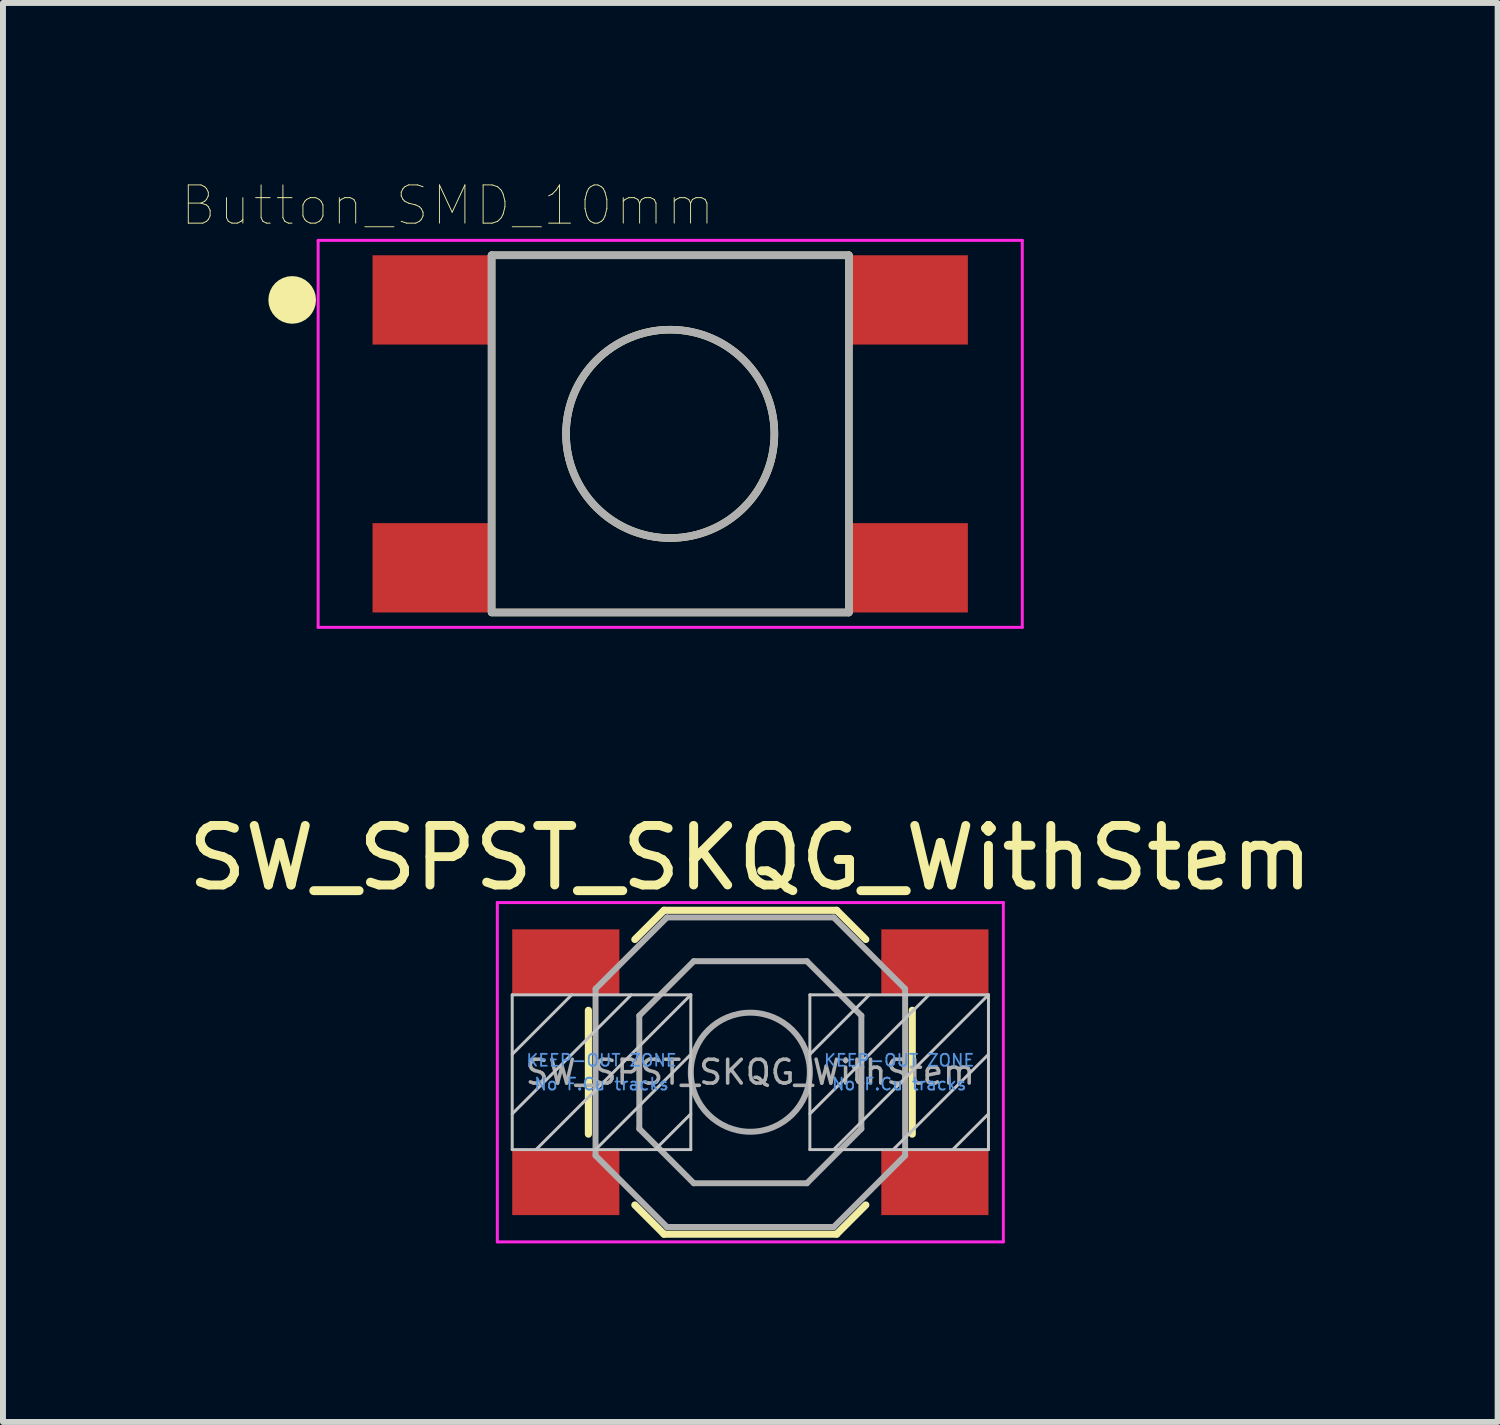
<source format=kicad_pcb>
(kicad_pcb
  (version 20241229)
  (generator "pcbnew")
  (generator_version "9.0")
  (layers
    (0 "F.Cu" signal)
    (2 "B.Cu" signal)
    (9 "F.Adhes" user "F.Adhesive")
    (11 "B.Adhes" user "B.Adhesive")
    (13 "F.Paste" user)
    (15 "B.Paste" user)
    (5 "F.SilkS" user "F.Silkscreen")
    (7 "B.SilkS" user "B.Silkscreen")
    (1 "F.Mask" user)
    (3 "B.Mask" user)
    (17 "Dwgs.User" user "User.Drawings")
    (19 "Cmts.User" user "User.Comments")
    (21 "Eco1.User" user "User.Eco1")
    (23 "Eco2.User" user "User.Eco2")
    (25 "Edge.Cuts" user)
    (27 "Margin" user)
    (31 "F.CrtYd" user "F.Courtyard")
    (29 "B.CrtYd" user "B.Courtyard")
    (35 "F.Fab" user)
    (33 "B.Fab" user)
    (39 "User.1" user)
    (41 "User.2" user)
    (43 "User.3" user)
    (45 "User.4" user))
  (footprint "SW_SPST_SKQG_WithStem"
    (layer "F.Cu")
    (at 9.554 14.961)
    (property "Reference" "SW_SPST_SKQG_WithStem" (at 0 -3.6 0) (layer "F.SilkS") (effects (font (size 1 1) (thickness 0.15))))
    (attr smd)
    (fp_line (start -2.72 1.04) (end -2.72 -1.04) (stroke (width 0.12) (type solid)) (layer "F.SilkS"))
    (fp_line (start -1.45 -2.72) (end -1.94 -2.23) (stroke (width 0.12) (type solid)) (layer "F.SilkS"))
    (fp_line (start -1.45 -2.72) (end 1.45 -2.72) (stroke (width 0.12) (type solid)) (layer "F.SilkS"))
    (fp_line (start -1.45 2.72) (end -1.94 2.23) (stroke (width 0.12) (type solid)) (layer "F.SilkS"))
    (fp_line (start -1.45 2.72) (end 1.45 2.72) (stroke (width 0.12) (type solid)) (layer "F.SilkS"))
    (fp_line (start 1.45 -2.72) (end 1.94 -2.23) (stroke (width 0.12) (type solid)) (layer "F.SilkS"))
    (fp_line (start 1.45 2.72) (end 1.94 2.23) (stroke (width 0.12) (type solid)) (layer "F.SilkS"))
    (fp_line (start 2.72 1.04) (end 2.72 -1.04) (stroke (width 0.12) (type solid)) (layer "F.SilkS"))
    (fp_line (start -4 -1.3) (end -1 -1.3) (stroke (width 0.05) (type solid)) (layer "Dwgs.User"))
    (fp_line (start -4 -0.3) (end -3 -1.3) (stroke (width 0.05) (type solid)) (layer "Dwgs.User"))
    (fp_line (start -4 0.7) (end -2 -1.3) (stroke (width 0.05) (type solid)) (layer "Dwgs.User"))
    (fp_line (start -4 1.3) (end -4 -1.3) (stroke (width 0.05) (type solid)) (layer "Dwgs.User"))
    (fp_line (start -2.6 1.3) (end -1 -0.3) (stroke (width 0.05) (type solid)) (layer "Dwgs.User"))
    (fp_line (start -1 -1.3) (end -3.6 1.3) (stroke (width 0.05) (type solid)) (layer "Dwgs.User"))
    (fp_line (start -1 -1.3) (end -1 1.3) (stroke (width 0.05) (type solid)) (layer "Dwgs.User"))
    (fp_line (start -1 0.7) (end -1.6 1.3) (stroke (width 0.05) (type solid)) (layer "Dwgs.User"))
    (fp_line (start -1 1.3) (end -4 1.3) (stroke (width 0.05) (type solid)) (layer "Dwgs.User"))
    (fp_line (start 1 -1.3) (end 4 -1.3) (stroke (width 0.05) (type solid)) (layer "Dwgs.User"))
    (fp_line (start 1 -0.3) (end 2 -1.3) (stroke (width 0.05) (type solid)) (layer "Dwgs.User"))
    (fp_line (start 1 0.7) (end 3 -1.3) (stroke (width 0.05) (type solid)) (layer "Dwgs.User"))
    (fp_line (start 1 1.3) (end 1 -1.3) (stroke (width 0.05) (type solid)) (layer "Dwgs.User"))
    (fp_line (start 2.4 1.3) (end 4 -0.3) (stroke (width 0.05) (type solid)) (layer "Dwgs.User"))
    (fp_line (start 4 -1.3) (end 1.4 1.3) (stroke (width 0.05) (type solid)) (layer "Dwgs.User"))
    (fp_line (start 4 -1.3) (end 4 1.3) (stroke (width 0.05) (type solid)) (layer "Dwgs.User"))
    (fp_line (start 4 0.7) (end 3.4 1.3) (stroke (width 0.05) (type solid)) (layer "Dwgs.User"))
    (fp_line (start 4 1.3) (end 1 1.3) (stroke (width 0.05) (type solid)) (layer "Dwgs.User"))
    (fp_line (start -4.25 -2.85) (end -4.25 2.85) (stroke (width 0.05) (type solid)) (layer "F.CrtYd"))
    (fp_line (start -4.25 2.85) (end 4.25 2.85) (stroke (width 0.05) (type solid)) (layer "F.CrtYd"))
    (fp_line (start 4.25 -2.85) (end -4.25 -2.85) (stroke (width 0.05) (type solid)) (layer "F.CrtYd"))
    (fp_line (start 4.25 2.85) (end 4.25 -2.85) (stroke (width 0.05) (type solid)) (layer "F.CrtYd"))
    (fp_line (start -2.6 -1.4) (end -1.4 -2.6) (stroke (width 0.1) (type solid)) (layer "F.Fab"))
    (fp_line (start -2.6 1.4) (end -2.6 -1.4) (stroke (width 0.1) (type solid)) (layer "F.Fab"))
    (fp_line (start -1.865 0.95) (end -1.865 -0.95) (stroke (width 0.1) (type solid)) (layer "F.Fab"))
    (fp_line (start -1.4 -2.6) (end 1.4 -2.6) (stroke (width 0.1) (type solid)) (layer "F.Fab"))
    (fp_line (start -1.4 2.6) (end -2.6 1.4) (stroke (width 0.1) (type solid)) (layer "F.Fab"))
    (fp_line (start -0.95 -1.865) (end -1.865 -0.95) (stroke (width 0.1) (type solid)) (layer "F.Fab"))
    (fp_line (start -0.95 -1.865) (end 0.95 -1.865) (stroke (width 0.1) (type solid)) (layer "F.Fab"))
    (fp_line (start -0.95 1.865) (end -1.865 0.95) (stroke (width 0.1) (type solid)) (layer "F.Fab"))
    (fp_line (start 0.95 -1.865) (end 1.865 -0.95) (stroke (width 0.1) (type solid)) (layer "F.Fab"))
    (fp_line (start 0.95 1.865) (end -0.95 1.865) (stroke (width 0.1) (type solid)) (layer "F.Fab"))
    (fp_line (start 0.95 1.865) (end 1.865 0.95) (stroke (width 0.1) (type solid)) (layer "F.Fab"))
    (fp_line (start 1.4 -2.6) (end 2.6 -1.4) (stroke (width 0.1) (type solid)) (layer "F.Fab"))
    (fp_line (start 1.4 2.6) (end -1.4 2.6) (stroke (width 0.1) (type solid)) (layer "F.Fab"))
    (fp_line (start 1.865 -0.95) (end 1.865 0.95) (stroke (width 0.1) (type solid)) (layer "F.Fab"))
    (fp_line (start 2.6 -1.4) (end 2.6 1.4) (stroke (width 0.1) (type solid)) (layer "F.Fab"))
    (fp_line (start 2.6 1.4) (end 1.4 2.6) (stroke (width 0.1) (type solid)) (layer "F.Fab"))
    (fp_circle (center 0 0) (end 1 0) (stroke (width 0.1) (type solid)) (fill no) (layer "F.Fab"))
    (fp_text user "KEEP-OUT ZONE" (at 2.5 -0.2 0) (layer "Cmts.User") (effects (font (size 0.2 0.2) (thickness 0.03))))
    (fp_text user "No F.Cu tracks" (at 2.5 0.2 0) (layer "Cmts.User") (effects (font (size 0.2 0.2) (thickness 0.03))))
    (fp_text user "No F.Cu tracks" (at -2.5 0.2 0) (layer "Cmts.User") (effects (font (size 0.2 0.2) (thickness 0.03))))
    (fp_text user "KEEP-OUT ZONE" (at -2.5 -0.2 0) (layer "Cmts.User") (effects (font (size 0.2 0.2) (thickness 0.03))))
    (fp_text user "${REFERENCE}" (at 0 0 0) (layer "F.Fab") (effects (font (size 0.4 0.4) (thickness 0.06))))
    (pad "1" smd rect (at -3.1 -1.85) (size 1.8 1.1) (layers "F.Cu" "F.Mask" "F.Paste"))
    (pad "1" smd rect (at 3.1 -1.85) (size 1.8 1.1) (layers "F.Cu" "F.Mask" "F.Paste"))
    (pad "2" smd rect (at -3.1 1.85) (size 1.8 1.1) (layers "F.Cu" "F.Mask" "F.Paste"))
    (pad "2" smd rect (at 3.1 1.85) (size 1.8 1.1) (layers "F.Cu" "F.Mask" "F.Paste")))
  (footprint "Button_SMD_10mm"
    (layer "F.Cu")
    (at 8.208 4.238)
    (property "Reference" "Button_SMD_10mm" (at -3.739 -3.836 0) (layer "F.SilkS") (effects (font (size 0.642 0.642) (thickness 0.015))))
    (attr through_hole)
    (fp_line (start -3 -3) (end -3 2.997) (stroke (width 0.127) (type solid)) (layer "F.SilkS"))
    (fp_line (start -2.992 3) (end 3 3) (stroke (width 0.127) (type solid)) (layer "F.SilkS"))
    (fp_line (start 3 -3) (end -3 -3) (stroke (width 0.127) (type solid)) (layer "F.SilkS"))
    (fp_line (start 3 3) (end 3 -3) (stroke (width 0.127) (type solid)) (layer "F.SilkS"))
    (fp_circle (center -6.35 -2.25) (end -6.15 -2.25) (stroke (width 0.4) (type solid)) (fill no) (layer "F.SilkS"))
    (fp_circle (center 0 0) (end 1.75 0) (stroke (width 0.127) (type solid)) (fill no) (layer "F.SilkS"))
    (fp_line (start -5.914 -3.25) (end 5.914 -3.25) (stroke (width 0.05) (type solid)) (layer "F.CrtYd"))
    (fp_line (start -5.914 3.25) (end -5.914 -3.25) (stroke (width 0.05) (type solid)) (layer "F.CrtYd"))
    (fp_line (start 5.914 -3.25) (end 5.914 3.25) (stroke (width 0.05) (type solid)) (layer "F.CrtYd"))
    (fp_line (start 5.914 3.25) (end -5.914 3.25) (stroke (width 0.05) (type solid)) (layer "F.CrtYd"))
    (fp_line (start -3 -3) (end 3 -3) (stroke (width 0.127) (type solid)) (layer "F.Fab"))
    (fp_line (start -3 3) (end -3 -3) (stroke (width 0.127) (type solid)) (layer "F.Fab"))
    (fp_line (start 3 -3) (end 3 3) (stroke (width 0.127) (type solid)) (layer "F.Fab"))
    (fp_line (start 3 3) (end -3 3) (stroke (width 0.127) (type solid)) (layer "F.Fab"))
    (fp_circle (center 0 0) (end 1.75 0) (stroke (width 0.127) (type solid)) (fill no) (layer "F.Fab"))
    (pad "1" smd rect (at -4 -2.25) (size 2 1.5) (layers "F.Cu" "F.Mask" "F.Paste"))
    (pad "1" smd rect (at 4 -2.25) (size 2 1.5) (layers "F.Cu" "F.Mask" "F.Paste"))
    (pad "2" smd rect (at -4 2.25) (size 2 1.5) (layers "F.Cu" "F.Mask" "F.Paste"))
    (pad "2" smd rect (at 4 2.25) (size 2 1.5) (layers "F.Cu" "F.Mask" "F.Paste")))
  (gr_rect
    (start -3 -3)
    (end 22.107 20.836)
    (stroke (width 0.1) (type default))
    (fill no)
    (layer "Edge.Cuts")))
</source>
